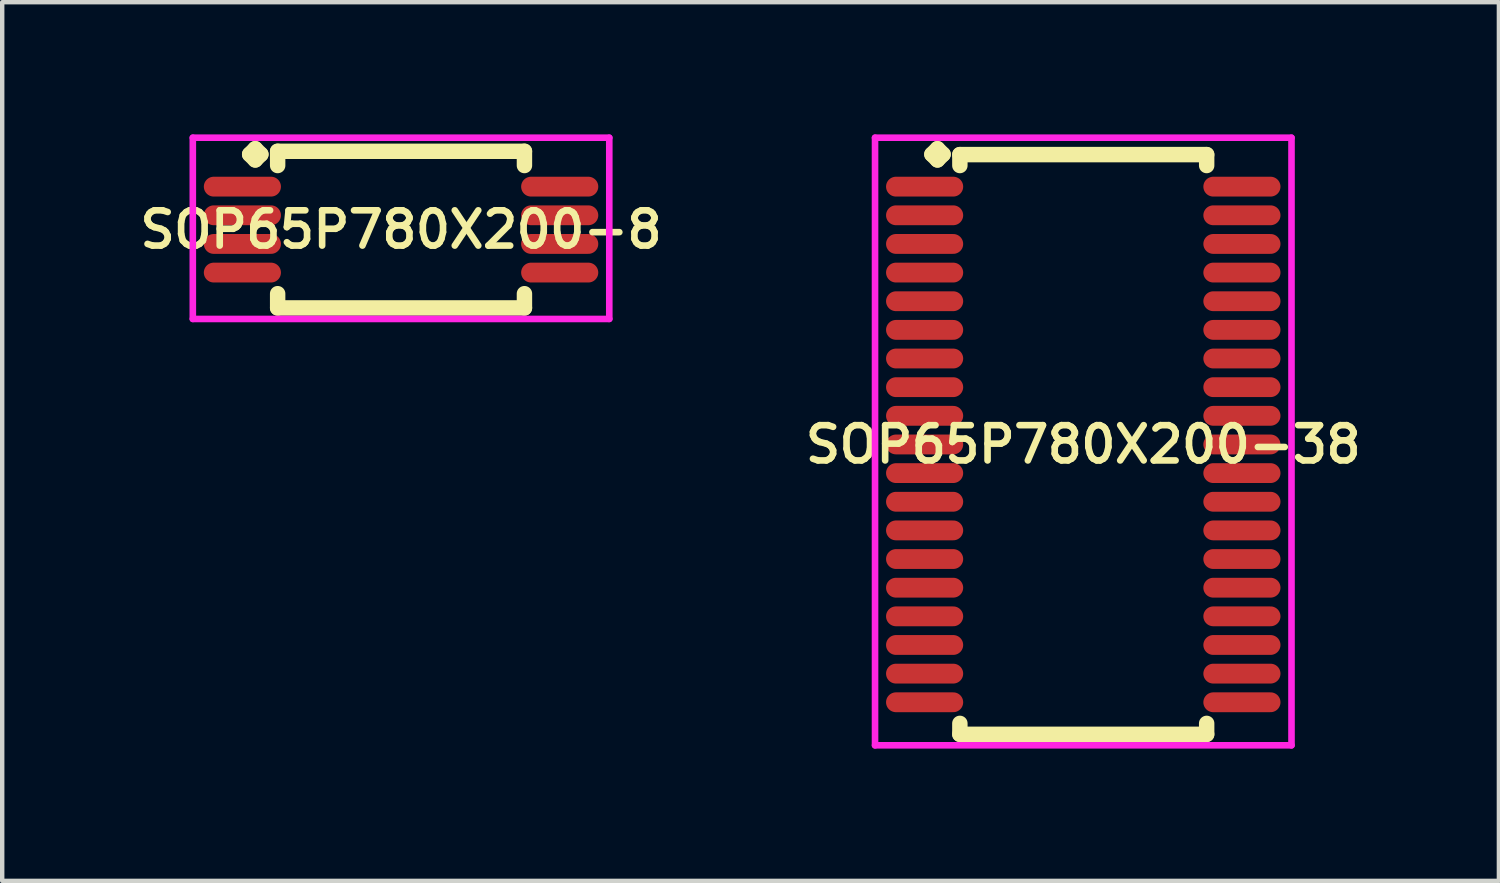
<source format=kicad_pcb>
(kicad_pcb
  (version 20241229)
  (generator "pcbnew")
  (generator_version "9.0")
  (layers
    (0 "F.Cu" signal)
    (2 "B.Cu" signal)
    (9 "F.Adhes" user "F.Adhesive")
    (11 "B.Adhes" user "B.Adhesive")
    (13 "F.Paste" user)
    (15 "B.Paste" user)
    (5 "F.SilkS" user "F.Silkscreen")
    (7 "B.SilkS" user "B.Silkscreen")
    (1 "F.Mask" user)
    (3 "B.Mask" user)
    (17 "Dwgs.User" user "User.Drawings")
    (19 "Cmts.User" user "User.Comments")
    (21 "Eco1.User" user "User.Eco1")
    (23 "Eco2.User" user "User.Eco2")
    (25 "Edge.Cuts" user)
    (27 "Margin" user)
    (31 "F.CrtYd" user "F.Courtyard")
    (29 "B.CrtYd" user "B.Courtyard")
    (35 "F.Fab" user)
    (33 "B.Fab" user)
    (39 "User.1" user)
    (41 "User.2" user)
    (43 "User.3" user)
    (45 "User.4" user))
  (footprint "SOP65P780X200-8"
    (layer "F.Cu")
    (at 6.05 2.16)
    (property "Reference" "SOP65P780X200-8" (at 0 0 0) (layer "F.SilkS") (effects (font (size 0.8 0.8) (thickness 0.15))))
    (attr through_hole)
    (fp_line (start -3.435 -1.708) (end -3.308 -1.835) (stroke (width 0.35) (type solid)) (layer "F.SilkS"))
    (fp_line (start -3.308 -1.835) (end -3.181 -1.708) (stroke (width 0.35) (type solid)) (layer "F.SilkS"))
    (fp_line (start -3.308 -1.581) (end -3.435 -1.708) (stroke (width 0.35) (type solid)) (layer "F.SilkS"))
    (fp_line (start -3.181 -1.708) (end -3.308 -1.581) (stroke (width 0.35) (type solid)) (layer "F.SilkS"))
    (fp_line (start -2.8 -1.777) (end 2.8 -1.777) (stroke (width 0.35) (type solid)) (layer "F.SilkS"))
    (fp_line (start -2.8 -1.454) (end -2.8 -1.777) (stroke (width 0.35) (type solid)) (layer "F.SilkS"))
    (fp_line (start -2.8 1.454) (end -2.8 1.777) (stroke (width 0.35) (type solid)) (layer "F.SilkS"))
    (fp_line (start -2.8 1.777) (end 2.8 1.777) (stroke (width 0.35) (type solid)) (layer "F.SilkS"))
    (fp_line (start 2.8 -1.777) (end 2.8 -1.454) (stroke (width 0.35) (type solid)) (layer "F.SilkS"))
    (fp_line (start 2.8 1.777) (end 2.8 1.454) (stroke (width 0.35) (type solid)) (layer "F.SilkS"))
    (fp_line (start -4.725 -2.085) (end 4.725 -2.085) (stroke (width 0.15) (type solid)) (layer "F.CrtYd"))
    (fp_line (start -4.725 2.027) (end -4.725 -2.085) (stroke (width 0.15) (type solid)) (layer "F.CrtYd"))
    (fp_line (start 4.725 -2.085) (end 4.725 2.027) (stroke (width 0.15) (type solid)) (layer "F.CrtYd"))
    (fp_line (start 4.725 2.027) (end -4.725 2.027) (stroke (width 0.15) (type solid)) (layer "F.CrtYd"))
    (pad "1" smd oval (at -3.6 -0.975) (size 1.75 0.45) (layers "F.Cu" "F.Mask" "F.Paste"))
    (pad "2" smd oval (at -3.6 -0.325) (size 1.75 0.45) (layers "F.Cu" "F.Mask" "F.Paste"))
    (pad "3" smd oval (at -3.6 0.325) (size 1.75 0.45) (layers "F.Cu" "F.Mask" "F.Paste"))
    (pad "4" smd oval (at -3.6 0.975) (size 1.75 0.45) (layers "F.Cu" "F.Mask" "F.Paste"))
    (pad "5" smd oval (at 3.6 0.975) (size 1.75 0.45) (layers "F.Cu" "F.Mask" "F.Paste"))
    (pad "6" smd oval (at 3.6 0.325) (size 1.75 0.45) (layers "F.Cu" "F.Mask" "F.Paste"))
    (pad "7" smd oval (at 3.6 -0.325) (size 1.75 0.45) (layers "F.Cu" "F.Mask" "F.Paste"))
    (pad "8" smd oval (at 3.6 -0.975) (size 1.75 0.45) (layers "F.Cu" "F.Mask" "F.Paste")))
  (footprint "SOP65P780X200-38"
    (layer "F.Cu")
    (at 21.53 7.035)
    (property "Reference" "SOP65P780X200-38" (at 0 0 0) (layer "F.SilkS") (effects (font (size 0.8 0.8) (thickness 0.15))))
    (attr smd)
    (fp_line (start -3.435 -6.583) (end -3.308 -6.71) (stroke (width 0.35) (type solid)) (layer "F.SilkS"))
    (fp_line (start -3.308 -6.71) (end -3.181 -6.583) (stroke (width 0.35) (type solid)) (layer "F.SilkS"))
    (fp_line (start -3.308 -6.456) (end -3.435 -6.583) (stroke (width 0.35) (type solid)) (layer "F.SilkS"))
    (fp_line (start -3.181 -6.583) (end -3.308 -6.456) (stroke (width 0.35) (type solid)) (layer "F.SilkS"))
    (fp_line (start -2.8 -6.577) (end 2.8 -6.577) (stroke (width 0.35) (type solid)) (layer "F.SilkS"))
    (fp_line (start -2.8 -6.329) (end -2.8 -6.577) (stroke (width 0.35) (type solid)) (layer "F.SilkS"))
    (fp_line (start -2.8 6.329) (end -2.8 6.577) (stroke (width 0.35) (type solid)) (layer "F.SilkS"))
    (fp_line (start -2.8 6.577) (end 2.8 6.577) (stroke (width 0.35) (type solid)) (layer "F.SilkS"))
    (fp_line (start 2.8 -6.577) (end 2.8 -6.329) (stroke (width 0.35) (type solid)) (layer "F.SilkS"))
    (fp_line (start 2.8 6.577) (end 2.8 6.329) (stroke (width 0.35) (type solid)) (layer "F.SilkS"))
    (fp_line (start -4.725 -6.96) (end 4.725 -6.96) (stroke (width 0.15) (type solid)) (layer "F.CrtYd"))
    (fp_line (start -4.725 6.827) (end -4.725 -6.96) (stroke (width 0.15) (type solid)) (layer "F.CrtYd"))
    (fp_line (start 4.725 -6.96) (end 4.725 6.827) (stroke (width 0.15) (type solid)) (layer "F.CrtYd"))
    (fp_line (start 4.725 6.827) (end -4.725 6.827) (stroke (width 0.15) (type solid)) (layer "F.CrtYd"))
    (pad "1" smd oval (at -3.6 -5.85) (size 1.75 0.45) (layers "F.Cu" "F.Mask" "F.Paste"))
    (pad "2" smd oval (at -3.6 -5.2) (size 1.75 0.45) (layers "F.Cu" "F.Mask" "F.Paste"))
    (pad "3" smd oval (at -3.6 -4.55) (size 1.75 0.45) (layers "F.Cu" "F.Mask" "F.Paste"))
    (pad "4" smd oval (at -3.6 -3.9) (size 1.75 0.45) (layers "F.Cu" "F.Mask" "F.Paste"))
    (pad "5" smd oval (at -3.6 -3.25) (size 1.75 0.45) (layers "F.Cu" "F.Mask" "F.Paste"))
    (pad "6" smd oval (at -3.6 -2.6) (size 1.75 0.45) (layers "F.Cu" "F.Mask" "F.Paste"))
    (pad "7" smd oval (at -3.6 -1.95) (size 1.75 0.45) (layers "F.Cu" "F.Mask" "F.Paste"))
    (pad "8" smd oval (at -3.6 -1.3) (size 1.75 0.45) (layers "F.Cu" "F.Mask" "F.Paste"))
    (pad "9" smd oval (at -3.6 -0.65) (size 1.75 0.45) (layers "F.Cu" "F.Mask" "F.Paste"))
    (pad "10" smd oval (at -3.6 0) (size 1.75 0.45) (layers "F.Cu" "F.Mask" "F.Paste"))
    (pad "11" smd oval (at -3.6 0.65) (size 1.75 0.45) (layers "F.Cu" "F.Mask" "F.Paste"))
    (pad "12" smd oval (at -3.6 1.3) (size 1.75 0.45) (layers "F.Cu" "F.Mask" "F.Paste"))
    (pad "13" smd oval (at -3.6 1.95) (size 1.75 0.45) (layers "F.Cu" "F.Mask" "F.Paste"))
    (pad "14" smd oval (at -3.6 2.6) (size 1.75 0.45) (layers "F.Cu" "F.Mask" "F.Paste"))
    (pad "15" smd oval (at -3.6 3.25) (size 1.75 0.45) (layers "F.Cu" "F.Mask" "F.Paste"))
    (pad "16" smd oval (at -3.6 3.9) (size 1.75 0.45) (layers "F.Cu" "F.Mask" "F.Paste"))
    (pad "17" smd oval (at -3.6 4.55) (size 1.75 0.45) (layers "F.Cu" "F.Mask" "F.Paste"))
    (pad "18" smd oval (at -3.6 5.2) (size 1.75 0.45) (layers "F.Cu" "F.Mask" "F.Paste"))
    (pad "19" smd oval (at -3.6 5.85) (size 1.75 0.45) (layers "F.Cu" "F.Mask" "F.Paste"))
    (pad "20" smd oval (at 3.6 5.85) (size 1.75 0.45) (layers "F.Cu" "F.Mask" "F.Paste"))
    (pad "21" smd oval (at 3.6 5.2) (size 1.75 0.45) (layers "F.Cu" "F.Mask" "F.Paste"))
    (pad "22" smd oval (at 3.6 4.55) (size 1.75 0.45) (layers "F.Cu" "F.Mask" "F.Paste"))
    (pad "23" smd oval (at 3.6 3.9) (size 1.75 0.45) (layers "F.Cu" "F.Mask" "F.Paste"))
    (pad "24" smd oval (at 3.6 3.25) (size 1.75 0.45) (layers "F.Cu" "F.Mask" "F.Paste"))
    (pad "25" smd oval (at 3.6 2.6) (size 1.75 0.45) (layers "F.Cu" "F.Mask" "F.Paste"))
    (pad "26" smd oval (at 3.6 1.95) (size 1.75 0.45) (layers "F.Cu" "F.Mask" "F.Paste"))
    (pad "27" smd oval (at 3.6 1.3) (size 1.75 0.45) (layers "F.Cu" "F.Mask" "F.Paste"))
    (pad "28" smd oval (at 3.6 0.65) (size 1.75 0.45) (layers "F.Cu" "F.Mask" "F.Paste"))
    (pad "29" smd oval (at 3.6 0) (size 1.75 0.45) (layers "F.Cu" "F.Mask" "F.Paste"))
    (pad "30" smd oval (at 3.6 -0.65) (size 1.75 0.45) (layers "F.Cu" "F.Mask" "F.Paste"))
    (pad "31" smd oval (at 3.6 -1.3) (size 1.75 0.45) (layers "F.Cu" "F.Mask" "F.Paste"))
    (pad "32" smd oval (at 3.6 -1.95) (size 1.75 0.45) (layers "F.Cu" "F.Mask" "F.Paste"))
    (pad "33" smd oval (at 3.6 -2.6) (size 1.75 0.45) (layers "F.Cu" "F.Mask" "F.Paste"))
    (pad "34" smd oval (at 3.6 -3.25) (size 1.75 0.45) (layers "F.Cu" "F.Mask" "F.Paste"))
    (pad "35" smd oval (at 3.6 -3.9) (size 1.75 0.45) (layers "F.Cu" "F.Mask" "F.Paste"))
    (pad "36" smd oval (at 3.6 -4.55) (size 1.75 0.45) (layers "F.Cu" "F.Mask" "F.Paste"))
    (pad "37" smd oval (at 3.6 -5.2) (size 1.75 0.45) (layers "F.Cu" "F.Mask" "F.Paste"))
    (pad "38" smd oval (at 3.6 -5.85) (size 1.75 0.45) (layers "F.Cu" "F.Mask" "F.Paste")))
  (gr_rect
    (start -3 -3)
    (end 30.961 16.937)
    (stroke (width 0.1) (type default))
    (fill no)
    (layer "Edge.Cuts")))
</source>
